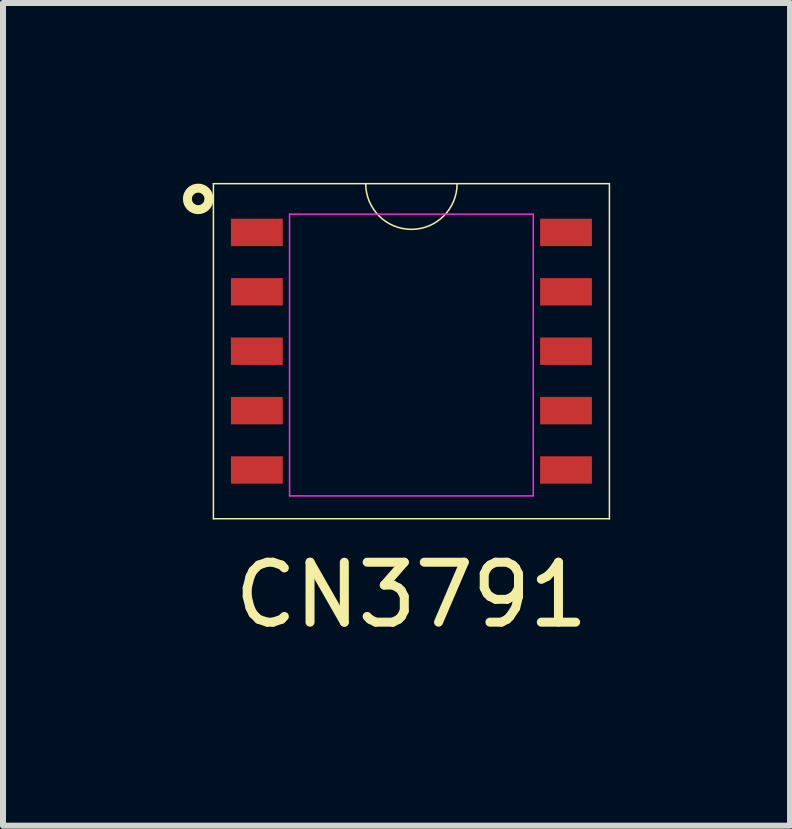
<source format=kicad_pcb>
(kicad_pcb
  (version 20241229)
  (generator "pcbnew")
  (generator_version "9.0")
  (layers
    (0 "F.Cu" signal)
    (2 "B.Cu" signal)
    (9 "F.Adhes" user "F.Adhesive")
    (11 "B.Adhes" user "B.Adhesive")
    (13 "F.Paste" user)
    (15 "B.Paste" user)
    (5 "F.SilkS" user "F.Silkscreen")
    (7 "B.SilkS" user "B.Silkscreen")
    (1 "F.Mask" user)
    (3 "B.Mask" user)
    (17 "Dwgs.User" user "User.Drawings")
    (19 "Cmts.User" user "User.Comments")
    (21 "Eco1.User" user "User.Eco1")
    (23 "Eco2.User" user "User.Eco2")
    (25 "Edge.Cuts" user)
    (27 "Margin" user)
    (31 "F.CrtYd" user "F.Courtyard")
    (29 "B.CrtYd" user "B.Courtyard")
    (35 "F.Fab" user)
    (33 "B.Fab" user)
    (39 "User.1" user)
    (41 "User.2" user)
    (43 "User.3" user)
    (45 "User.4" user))
  (footprint "CN3791"
    (layer "F.Cu")
    (at 3.811 2.807)
    (property "Reference" "CN3791" (at 0 4.064 0) (layer "F.SilkS") (effects (font (size 1 1) (thickness 0.15))))
    (attr through_hole)
    (fp_line (start -3.302 -2.794) (end 3.302 -2.794) (stroke (width 0.025) (type solid)) (layer "F.SilkS"))
    (fp_line (start -3.302 2.794) (end -3.302 -2.794) (stroke (width 0.025) (type solid)) (layer "F.SilkS"))
    (fp_line (start 3.302 -2.794) (end 3.302 2.794) (stroke (width 0.025) (type solid)) (layer "F.SilkS"))
    (fp_line (start 3.302 2.794) (end -3.302 2.794) (stroke (width 0.025) (type solid)) (layer "F.SilkS"))
    (fp_arc (start 0.762 -2.794) (mid 0 -2.032) (end -0.762 -2.794) (stroke (width 0.0254) (type solid)) (layer "F.SilkS"))
    (fp_circle (center -3.556 -2.54) (end -3.429 -2.413) (stroke (width 0.15) (type solid)) (fill no) (layer "F.SilkS"))
    (fp_line (start -2.032 -2.286) (end -2.032 2.413) (stroke (width 0.025) (type solid)) (layer "F.CrtYd"))
    (fp_line (start -2.032 -2.286) (end 2.032 -2.286) (stroke (width 0.025) (type solid)) (layer "F.CrtYd"))
    (fp_line (start -2.032 2.413) (end 2.032 2.413) (stroke (width 0.025) (type solid)) (layer "F.CrtYd"))
    (fp_line (start 2.032 -2.286) (end 2.032 2.413) (stroke (width 0.025) (type solid)) (layer "F.CrtYd"))
    (pad "1" smd rect (at -2.578 -1.981) (size 0.864 0.457) (layers "F.Cu" "F.Mask" "F.Paste"))
    (pad "2" smd rect (at -2.578 -0.991) (size 0.864 0.457) (layers "F.Cu" "F.Mask" "F.Paste"))
    (pad "3" smd rect (at -2.578 0) (size 0.864 0.457) (layers "F.Cu" "F.Mask" "F.Paste"))
    (pad "4" smd rect (at -2.578 0.991) (size 0.864 0.457) (layers "F.Cu" "F.Mask" "F.Paste"))
    (pad "5" smd rect (at -2.578 1.981) (size 0.864 0.457) (layers "F.Cu" "F.Mask" "F.Paste"))
    (pad "6" smd rect (at 2.578 1.981) (size 0.864 0.457) (layers "F.Cu" "F.Mask" "F.Paste"))
    (pad "7" smd rect (at 2.578 0.991) (size 0.864 0.457) (layers "F.Cu" "F.Mask" "F.Paste"))
    (pad "8" smd rect (at 2.578 0) (size 0.864 0.457) (layers "F.Cu" "F.Mask" "F.Paste"))
    (pad "9" smd rect (at 2.578 -0.991) (size 0.864 0.457) (layers "F.Cu" "F.Mask" "F.Paste"))
    (pad "10" smd rect (at 2.578 -1.981) (size 0.864 0.457) (layers "F.Cu" "F.Mask" "F.Paste")))
  (gr_rect
    (start -3 -3)
    (end 10.125 10.719)
    (stroke (width 0.1) (type default))
    (fill no)
    (layer "Edge.Cuts")))
</source>
